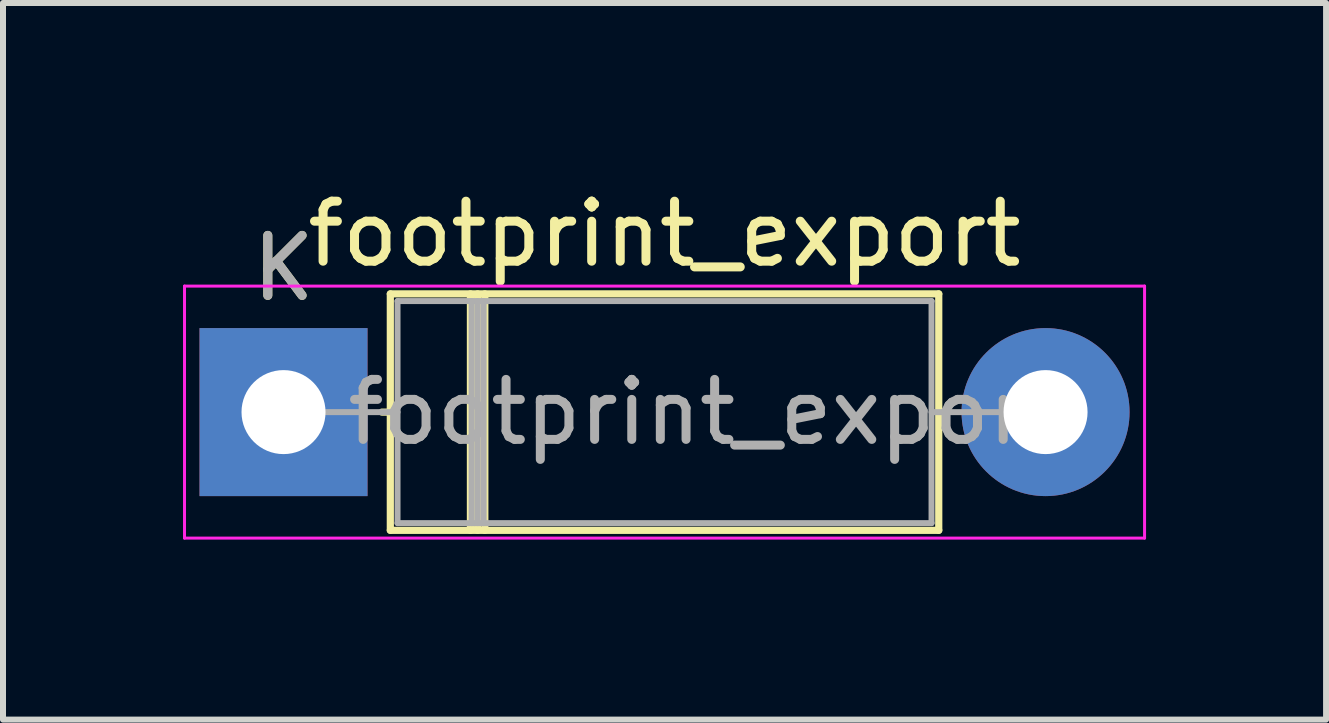
<source format=kicad_pcb>
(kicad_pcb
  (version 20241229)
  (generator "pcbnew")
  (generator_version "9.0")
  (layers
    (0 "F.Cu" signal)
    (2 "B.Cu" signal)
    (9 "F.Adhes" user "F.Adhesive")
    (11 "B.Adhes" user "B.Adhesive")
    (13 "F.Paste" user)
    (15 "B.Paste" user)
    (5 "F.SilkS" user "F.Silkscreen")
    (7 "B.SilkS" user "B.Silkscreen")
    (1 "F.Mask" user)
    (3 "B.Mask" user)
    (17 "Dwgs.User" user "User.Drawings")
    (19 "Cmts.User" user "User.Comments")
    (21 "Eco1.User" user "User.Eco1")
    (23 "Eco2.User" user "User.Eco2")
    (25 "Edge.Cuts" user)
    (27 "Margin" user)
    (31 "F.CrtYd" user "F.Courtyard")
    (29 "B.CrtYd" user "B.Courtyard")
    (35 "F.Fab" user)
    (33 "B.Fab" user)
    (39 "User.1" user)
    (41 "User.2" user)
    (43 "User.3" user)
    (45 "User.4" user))
  (footprint "footprint_export"
    (layer "F.Cu")
    (at 1.675 3.818)
    (property "Reference" "footprint_export" (at 6.35 -2.97 0) (layer "F.SilkS") (effects (font (size 1 1) (thickness 0.15))))
    (attr through_hole)
    (fp_line (start 1.64 0) (end 1.78 0) (stroke (width 0.12) (type solid)) (layer "F.SilkS"))
    (fp_line (start 1.78 -1.97) (end 1.78 1.97) (stroke (width 0.12) (type solid)) (layer "F.SilkS"))
    (fp_line (start 1.78 1.97) (end 10.92 1.97) (stroke (width 0.12) (type solid)) (layer "F.SilkS"))
    (fp_line (start 3.115 -1.97) (end 3.115 1.97) (stroke (width 0.12) (type solid)) (layer "F.SilkS"))
    (fp_line (start 3.235 -1.97) (end 3.235 1.97) (stroke (width 0.12) (type solid)) (layer "F.SilkS"))
    (fp_line (start 3.355 -1.97) (end 3.355 1.97) (stroke (width 0.12) (type solid)) (layer "F.SilkS"))
    (fp_line (start 10.92 -1.97) (end 1.78 -1.97) (stroke (width 0.12) (type solid)) (layer "F.SilkS"))
    (fp_line (start 10.92 1.97) (end 10.92 -1.97) (stroke (width 0.12) (type solid)) (layer "F.SilkS"))
    (fp_line (start 11.06 0) (end 10.92 0) (stroke (width 0.12) (type solid)) (layer "F.SilkS"))
    (fp_line (start -1.65 -2.1) (end -1.65 2.1) (stroke (width 0.05) (type solid)) (layer "F.CrtYd"))
    (fp_line (start -1.65 2.1) (end 14.35 2.1) (stroke (width 0.05) (type solid)) (layer "F.CrtYd"))
    (fp_line (start 14.35 -2.1) (end -1.65 -2.1) (stroke (width 0.05) (type solid)) (layer "F.CrtYd"))
    (fp_line (start 14.35 2.1) (end 14.35 -2.1) (stroke (width 0.05) (type solid)) (layer "F.CrtYd"))
    (fp_line (start 0 0) (end 1.9 0) (stroke (width 0.1) (type solid)) (layer "F.Fab"))
    (fp_line (start 1.9 -1.85) (end 1.9 1.85) (stroke (width 0.1) (type solid)) (layer "F.Fab"))
    (fp_line (start 1.9 1.85) (end 10.8 1.85) (stroke (width 0.1) (type solid)) (layer "F.Fab"))
    (fp_line (start 3.135 -1.85) (end 3.135 1.85) (stroke (width 0.1) (type solid)) (layer "F.Fab"))
    (fp_line (start 3.235 -1.85) (end 3.235 1.85) (stroke (width 0.1) (type solid)) (layer "F.Fab"))
    (fp_line (start 3.335 -1.85) (end 3.335 1.85) (stroke (width 0.1) (type solid)) (layer "F.Fab"))
    (fp_line (start 10.8 -1.85) (end 1.9 -1.85) (stroke (width 0.1) (type solid)) (layer "F.Fab"))
    (fp_line (start 10.8 1.85) (end 10.8 -1.85) (stroke (width 0.1) (type solid)) (layer "F.Fab"))
    (fp_line (start 12.7 0) (end 10.8 0) (stroke (width 0.1) (type solid)) (layer "F.Fab"))
    (fp_text user "K" (at 0 -2.4 0) (layer "F.SilkS") (effects (font (size 1 1) (thickness 0.15))))
    (fp_text user "K" (at 0 -2.4 0) (layer "F.Fab") (effects (font (size 1 1) (thickness 0.15))))
    (fp_text user "${REFERENCE}" (at 7.018 0 0) (layer "F.Fab") (effects (font (size 1 1) (thickness 0.15))))
    (pad "1" thru_hole rect (at 0 0) (size 2.8 2.8) (drill 1.4) (layers "*.Cu" "*.Mask"))
    (pad "2" thru_hole oval (at 12.7 0) (size 2.8 2.8) (drill 1.4) (layers "*.Cu" "*.Mask")))
  (gr_rect
    (start -3 -3)
    (end 19.05 8.943)
    (stroke (width 0.1) (type default))
    (fill no)
    (layer "Edge.Cuts")))
</source>
